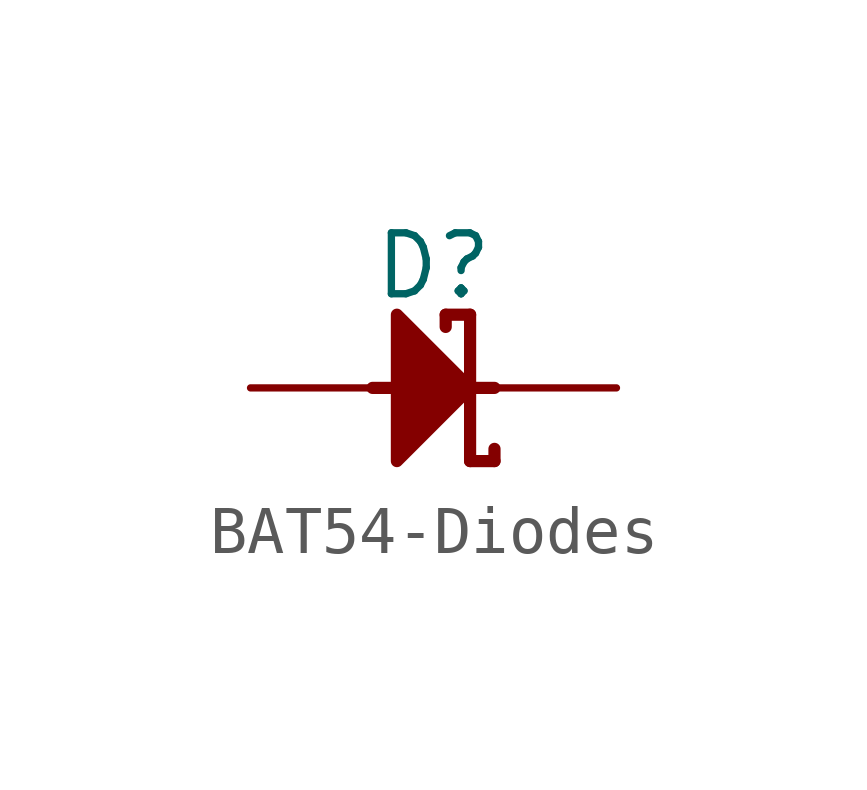
<source format=kicad_sym>
(kicad_symbol_lib
  (version 20200126)
  (host kicad_symbol_editor "(5.99.0-2809-gaceed2b0a4)")
  (symbol "LCD_Board-rescue:BAT54-Diodes"
    (pin_names
      (offset 1.27))
    (property "Reference" "D"
      (at 3.81 2.54 0)
      (effects (font (size 1.27 1.27))))
    (property "ki_locked" ""
      (at 0 0 0)
      (effects (font (size 1.27 1.27))))
    (symbol "BAT54-Diodes_0_1"
      (polyline (pts (xy 2.54 0) (xy 5.08 0)) (stroke (width 0.254)) (fill (type none)))
      (polyline (pts (xy 4.064 1.524) (xy 4.064 1.27)) (stroke (width 0.254)) (fill (type none)))
      (polyline (pts (xy 4.572 1.524) (xy 4.064 1.524)) (stroke (width 0.254)) (fill (type none)))
      (polyline (pts (xy 4.572 1.524) (xy 4.572 -1.524)) (stroke (width 0.254)) (fill (type none)))
      (polyline (pts (xy 5.08 -1.524) (xy 4.572 -1.524)) (stroke (width 0.254)) (fill (type none)))
      (polyline (pts (xy 5.08 -1.27) (xy 5.08 -1.524)) (stroke (width 0.254)) (fill (type none)))
      (polyline (pts (xy 3.048 -1.524) (xy 4.572 0) (xy 3.048 1.524) (xy 3.048 -1.524)) (stroke (width 0.254)) (fill (type outline)))
      (pin passive line (at 0 0 0) (length 2.54) (name "A" (effects (font (size 0 0)))) (number "1" (effects (font (size 0 0)))))
      (pin passive line (at 7.62 0 180) (length 2.54) (name "C" (effects (font (size 0 0)))) (number "3" (effects (font (size 0 0))))))))
</source>
